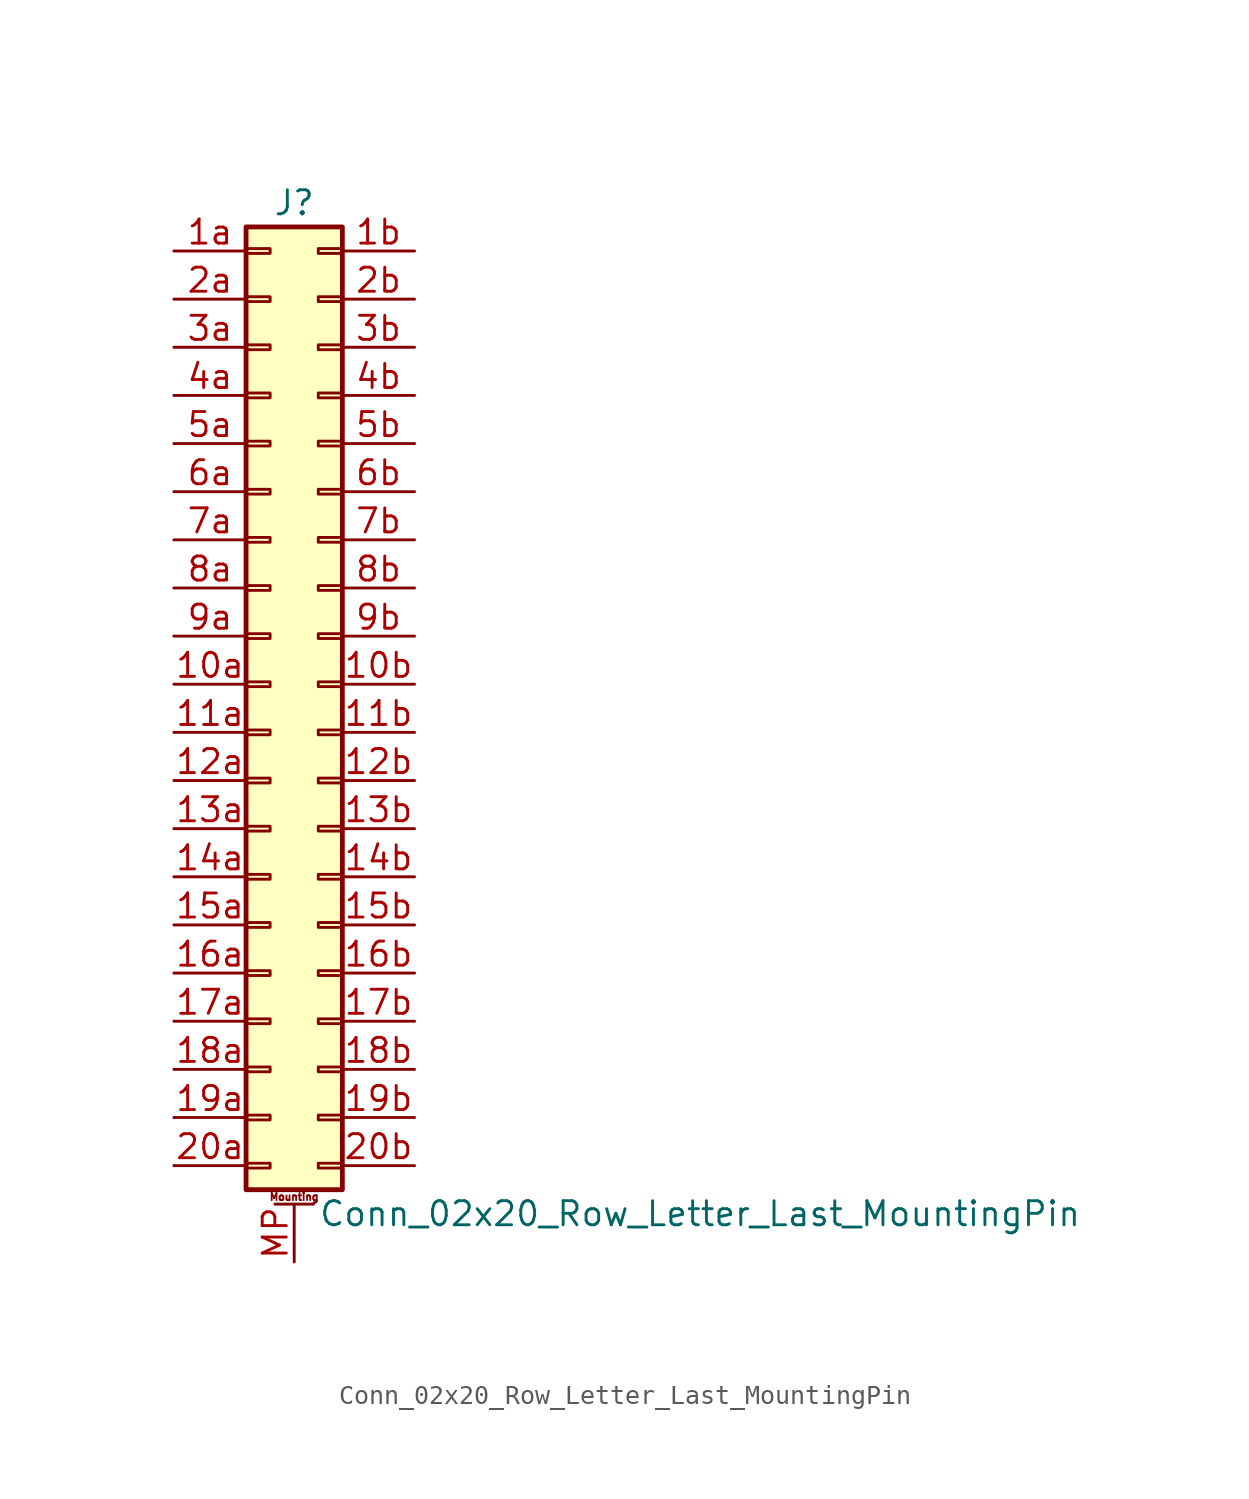
<source format=kicad_sym>
(kicad_symbol_lib
  (version 20201005)
  (generator kicad_symbol_editor)
  (symbol "Conn_02x20_Row_Letter_Last_MountingPin"
    (pin_names
      (offset 1.016) hide)
    (property "Reference" "J"
      (at 1.27 25.4 0)
      (effects (font (size 1.27 1.27))))
    (property "Value" "Conn_02x20_Row_Letter_Last_MountingPin"
      (at 2.54 -27.94 0)
      (effects (font (size 1.27 1.27)) (justify left)))
    (symbol "Conn_02x20_Row_Letter_Last_MountingPin_1_1"
      (text "Mounting" (at 1.27 -27.051 0) (effects (font (size 0.381 0.381))))
      (rectangle (start -1.27 -25.273) (end 0 -25.527) (stroke (width 0.152)) (fill (type none)))
      (rectangle (start -1.27 -22.733) (end 0 -22.987) (stroke (width 0.152)) (fill (type none)))
      (rectangle (start -1.27 -20.193) (end 0 -20.447) (stroke (width 0.152)) (fill (type none)))
      (rectangle (start -1.27 -17.653) (end 0 -17.907) (stroke (width 0.152)) (fill (type none)))
      (rectangle (start -1.27 -15.113) (end 0 -15.367) (stroke (width 0.152)) (fill (type none)))
      (rectangle (start -1.27 -12.573) (end 0 -12.827) (stroke (width 0.152)) (fill (type none)))
      (rectangle (start -1.27 -10.033) (end 0 -10.287) (stroke (width 0.152)) (fill (type none)))
      (rectangle (start -1.27 -7.493) (end 0 -7.747) (stroke (width 0.152)) (fill (type none)))
      (rectangle (start -1.27 -4.953) (end 0 -5.207) (stroke (width 0.152)) (fill (type none)))
      (rectangle (start -1.27 -2.413) (end 0 -2.667) (stroke (width 0.152)) (fill (type none)))
      (rectangle (start -1.27 0.127) (end 0 -0.127) (stroke (width 0.152)) (fill (type none)))
      (rectangle (start -1.27 2.667) (end 0 2.413) (stroke (width 0.152)) (fill (type none)))
      (rectangle (start -1.27 5.207) (end 0 4.953) (stroke (width 0.152)) (fill (type none)))
      (rectangle (start -1.27 7.747) (end 0 7.493) (stroke (width 0.152)) (fill (type none)))
      (rectangle (start -1.27 10.287) (end 0 10.033) (stroke (width 0.152)) (fill (type none)))
      (rectangle (start -1.27 12.827) (end 0 12.573) (stroke (width 0.152)) (fill (type none)))
      (rectangle (start -1.27 15.367) (end 0 15.113) (stroke (width 0.152)) (fill (type none)))
      (rectangle (start -1.27 17.907) (end 0 17.653) (stroke (width 0.152)) (fill (type none)))
      (rectangle (start -1.27 20.447) (end 0 20.193) (stroke (width 0.152)) (fill (type none)))
      (rectangle (start -1.27 22.987) (end 0 22.733) (stroke (width 0.152)) (fill (type none)))
      (rectangle (start 3.81 -25.273) (end 2.54 -25.527) (stroke (width 0.152)) (fill (type none)))
      (rectangle (start 3.81 -22.733) (end 2.54 -22.987) (stroke (width 0.152)) (fill (type none)))
      (rectangle (start 3.81 -20.193) (end 2.54 -20.447) (stroke (width 0.152)) (fill (type none)))
      (rectangle (start 3.81 -17.653) (end 2.54 -17.907) (stroke (width 0.152)) (fill (type none)))
      (rectangle (start 3.81 -15.113) (end 2.54 -15.367) (stroke (width 0.152)) (fill (type none)))
      (rectangle (start 3.81 -12.573) (end 2.54 -12.827) (stroke (width 0.152)) (fill (type none)))
      (rectangle (start 3.81 -10.033) (end 2.54 -10.287) (stroke (width 0.152)) (fill (type none)))
      (rectangle (start 3.81 -7.493) (end 2.54 -7.747) (stroke (width 0.152)) (fill (type none)))
      (rectangle (start 3.81 -4.953) (end 2.54 -5.207) (stroke (width 0.152)) (fill (type none)))
      (rectangle (start 3.81 -2.413) (end 2.54 -2.667) (stroke (width 0.152)) (fill (type none)))
      (rectangle (start 3.81 0.127) (end 2.54 -0.127) (stroke (width 0.152)) (fill (type none)))
      (rectangle (start 3.81 2.667) (end 2.54 2.413) (stroke (width 0.152)) (fill (type none)))
      (rectangle (start 3.81 5.207) (end 2.54 4.953) (stroke (width 0.152)) (fill (type none)))
      (rectangle (start 3.81 7.747) (end 2.54 7.493) (stroke (width 0.152)) (fill (type none)))
      (rectangle (start 3.81 10.287) (end 2.54 10.033) (stroke (width 0.152)) (fill (type none)))
      (rectangle (start 3.81 12.827) (end 2.54 12.573) (stroke (width 0.152)) (fill (type none)))
      (rectangle (start 3.81 15.367) (end 2.54 15.113) (stroke (width 0.152)) (fill (type none)))
      (rectangle (start 3.81 17.907) (end 2.54 17.653) (stroke (width 0.152)) (fill (type none)))
      (rectangle (start 3.81 20.447) (end 2.54 20.193) (stroke (width 0.152)) (fill (type none)))
      (rectangle (start 3.81 22.987) (end 2.54 22.733) (stroke (width 0.152)) (fill (type none)))
      (rectangle (start -1.27 24.13) (end 3.81 -26.67) (stroke (width 0.254)) (fill (type background)))
      (polyline (pts (xy 0.254 -27.432) (xy 2.286 -27.432)) (stroke (width 0.152)) (fill (type none)))
      (pin passive line (at -5.08 0 0) (length 3.81) (name "Pin_10a" (effects (font (size 1.27 1.27)))) (number "10a" (effects (font (size 1.27 1.27)))))
      (pin passive line (at 7.62 0 180) (length 3.81) (name "Pin_10b" (effects (font (size 1.27 1.27)))) (number "10b" (effects (font (size 1.27 1.27)))))
      (pin passive line (at -5.08 -2.54 0) (length 3.81) (name "Pin_11a" (effects (font (size 1.27 1.27)))) (number "11a" (effects (font (size 1.27 1.27)))))
      (pin passive line (at 7.62 -2.54 180) (length 3.81) (name "Pin_11b" (effects (font (size 1.27 1.27)))) (number "11b" (effects (font (size 1.27 1.27)))))
      (pin passive line (at -5.08 -5.08 0) (length 3.81) (name "Pin_12a" (effects (font (size 1.27 1.27)))) (number "12a" (effects (font (size 1.27 1.27)))))
      (pin passive line (at 7.62 -5.08 180) (length 3.81) (name "Pin_12b" (effects (font (size 1.27 1.27)))) (number "12b" (effects (font (size 1.27 1.27)))))
      (pin passive line (at -5.08 -7.62 0) (length 3.81) (name "Pin_13a" (effects (font (size 1.27 1.27)))) (number "13a" (effects (font (size 1.27 1.27)))))
      (pin passive line (at 7.62 -7.62 180) (length 3.81) (name "Pin_13b" (effects (font (size 1.27 1.27)))) (number "13b" (effects (font (size 1.27 1.27)))))
      (pin passive line (at -5.08 -10.16 0) (length 3.81) (name "Pin_14a" (effects (font (size 1.27 1.27)))) (number "14a" (effects (font (size 1.27 1.27)))))
      (pin passive line (at 7.62 -10.16 180) (length 3.81) (name "Pin_14b" (effects (font (size 1.27 1.27)))) (number "14b" (effects (font (size 1.27 1.27)))))
      (pin passive line (at -5.08 -12.7 0) (length 3.81) (name "Pin_15a" (effects (font (size 1.27 1.27)))) (number "15a" (effects (font (size 1.27 1.27)))))
      (pin passive line (at 7.62 -12.7 180) (length 3.81) (name "Pin_15b" (effects (font (size 1.27 1.27)))) (number "15b" (effects (font (size 1.27 1.27)))))
      (pin passive line (at -5.08 -15.24 0) (length 3.81) (name "Pin_16a" (effects (font (size 1.27 1.27)))) (number "16a" (effects (font (size 1.27 1.27)))))
      (pin passive line (at 7.62 -15.24 180) (length 3.81) (name "Pin_16b" (effects (font (size 1.27 1.27)))) (number "16b" (effects (font (size 1.27 1.27)))))
      (pin passive line (at -5.08 -17.78 0) (length 3.81) (name "Pin_17a" (effects (font (size 1.27 1.27)))) (number "17a" (effects (font (size 1.27 1.27)))))
      (pin passive line (at 7.62 -17.78 180) (length 3.81) (name "Pin_17b" (effects (font (size 1.27 1.27)))) (number "17b" (effects (font (size 1.27 1.27)))))
      (pin passive line (at -5.08 -20.32 0) (length 3.81) (name "Pin_18a" (effects (font (size 1.27 1.27)))) (number "18a" (effects (font (size 1.27 1.27)))))
      (pin passive line (at 7.62 -20.32 180) (length 3.81) (name "Pin_18b" (effects (font (size 1.27 1.27)))) (number "18b" (effects (font (size 1.27 1.27)))))
      (pin passive line (at -5.08 -22.86 0) (length 3.81) (name "Pin_19a" (effects (font (size 1.27 1.27)))) (number "19a" (effects (font (size 1.27 1.27)))))
      (pin passive line (at 7.62 -22.86 180) (length 3.81) (name "Pin_19b" (effects (font (size 1.27 1.27)))) (number "19b" (effects (font (size 1.27 1.27)))))
      (pin passive line (at -5.08 22.86 0) (length 3.81) (name "Pin_1a" (effects (font (size 1.27 1.27)))) (number "1a" (effects (font (size 1.27 1.27)))))
      (pin passive line (at 7.62 22.86 180) (length 3.81) (name "Pin_1b" (effects (font (size 1.27 1.27)))) (number "1b" (effects (font (size 1.27 1.27)))))
      (pin passive line (at -5.08 -25.4 0) (length 3.81) (name "Pin_20a" (effects (font (size 1.27 1.27)))) (number "20a" (effects (font (size 1.27 1.27)))))
      (pin passive line (at 7.62 -25.4 180) (length 3.81) (name "Pin_20b" (effects (font (size 1.27 1.27)))) (number "20b" (effects (font (size 1.27 1.27)))))
      (pin passive line (at -5.08 20.32 0) (length 3.81) (name "Pin_2a" (effects (font (size 1.27 1.27)))) (number "2a" (effects (font (size 1.27 1.27)))))
      (pin passive line (at 7.62 20.32 180) (length 3.81) (name "Pin_2b" (effects (font (size 1.27 1.27)))) (number "2b" (effects (font (size 1.27 1.27)))))
      (pin passive line (at -5.08 17.78 0) (length 3.81) (name "Pin_3a" (effects (font (size 1.27 1.27)))) (number "3a" (effects (font (size 1.27 1.27)))))
      (pin passive line (at 7.62 17.78 180) (length 3.81) (name "Pin_3b" (effects (font (size 1.27 1.27)))) (number "3b" (effects (font (size 1.27 1.27)))))
      (pin passive line (at -5.08 15.24 0) (length 3.81) (name "Pin_4a" (effects (font (size 1.27 1.27)))) (number "4a" (effects (font (size 1.27 1.27)))))
      (pin passive line (at 7.62 15.24 180) (length 3.81) (name "Pin_4b" (effects (font (size 1.27 1.27)))) (number "4b" (effects (font (size 1.27 1.27)))))
      (pin passive line (at -5.08 12.7 0) (length 3.81) (name "Pin_5a" (effects (font (size 1.27 1.27)))) (number "5a" (effects (font (size 1.27 1.27)))))
      (pin passive line (at 7.62 12.7 180) (length 3.81) (name "Pin_5b" (effects (font (size 1.27 1.27)))) (number "5b" (effects (font (size 1.27 1.27)))))
      (pin passive line (at -5.08 10.16 0) (length 3.81) (name "Pin_6a" (effects (font (size 1.27 1.27)))) (number "6a" (effects (font (size 1.27 1.27)))))
      (pin passive line (at 7.62 10.16 180) (length 3.81) (name "Pin_6b" (effects (font (size 1.27 1.27)))) (number "6b" (effects (font (size 1.27 1.27)))))
      (pin passive line (at -5.08 7.62 0) (length 3.81) (name "Pin_7a" (effects (font (size 1.27 1.27)))) (number "7a" (effects (font (size 1.27 1.27)))))
      (pin passive line (at 7.62 7.62 180) (length 3.81) (name "Pin_7b" (effects (font (size 1.27 1.27)))) (number "7b" (effects (font (size 1.27 1.27)))))
      (pin passive line (at -5.08 5.08 0) (length 3.81) (name "Pin_8a" (effects (font (size 1.27 1.27)))) (number "8a" (effects (font (size 1.27 1.27)))))
      (pin passive line (at 7.62 5.08 180) (length 3.81) (name "Pin_8b" (effects (font (size 1.27 1.27)))) (number "8b" (effects (font (size 1.27 1.27)))))
      (pin passive line (at -5.08 2.54 0) (length 3.81) (name "Pin_9a" (effects (font (size 1.27 1.27)))) (number "9a" (effects (font (size 1.27 1.27)))))
      (pin passive line (at 7.62 2.54 180) (length 3.81) (name "Pin_9b" (effects (font (size 1.27 1.27)))) (number "9b" (effects (font (size 1.27 1.27)))))
      (pin passive line (at 1.27 -30.48 90) (length 3.048) (name "MountPin" (effects (font (size 1.27 1.27)))) (number "MP" (effects (font (size 1.27 1.27))))))))
</source>
